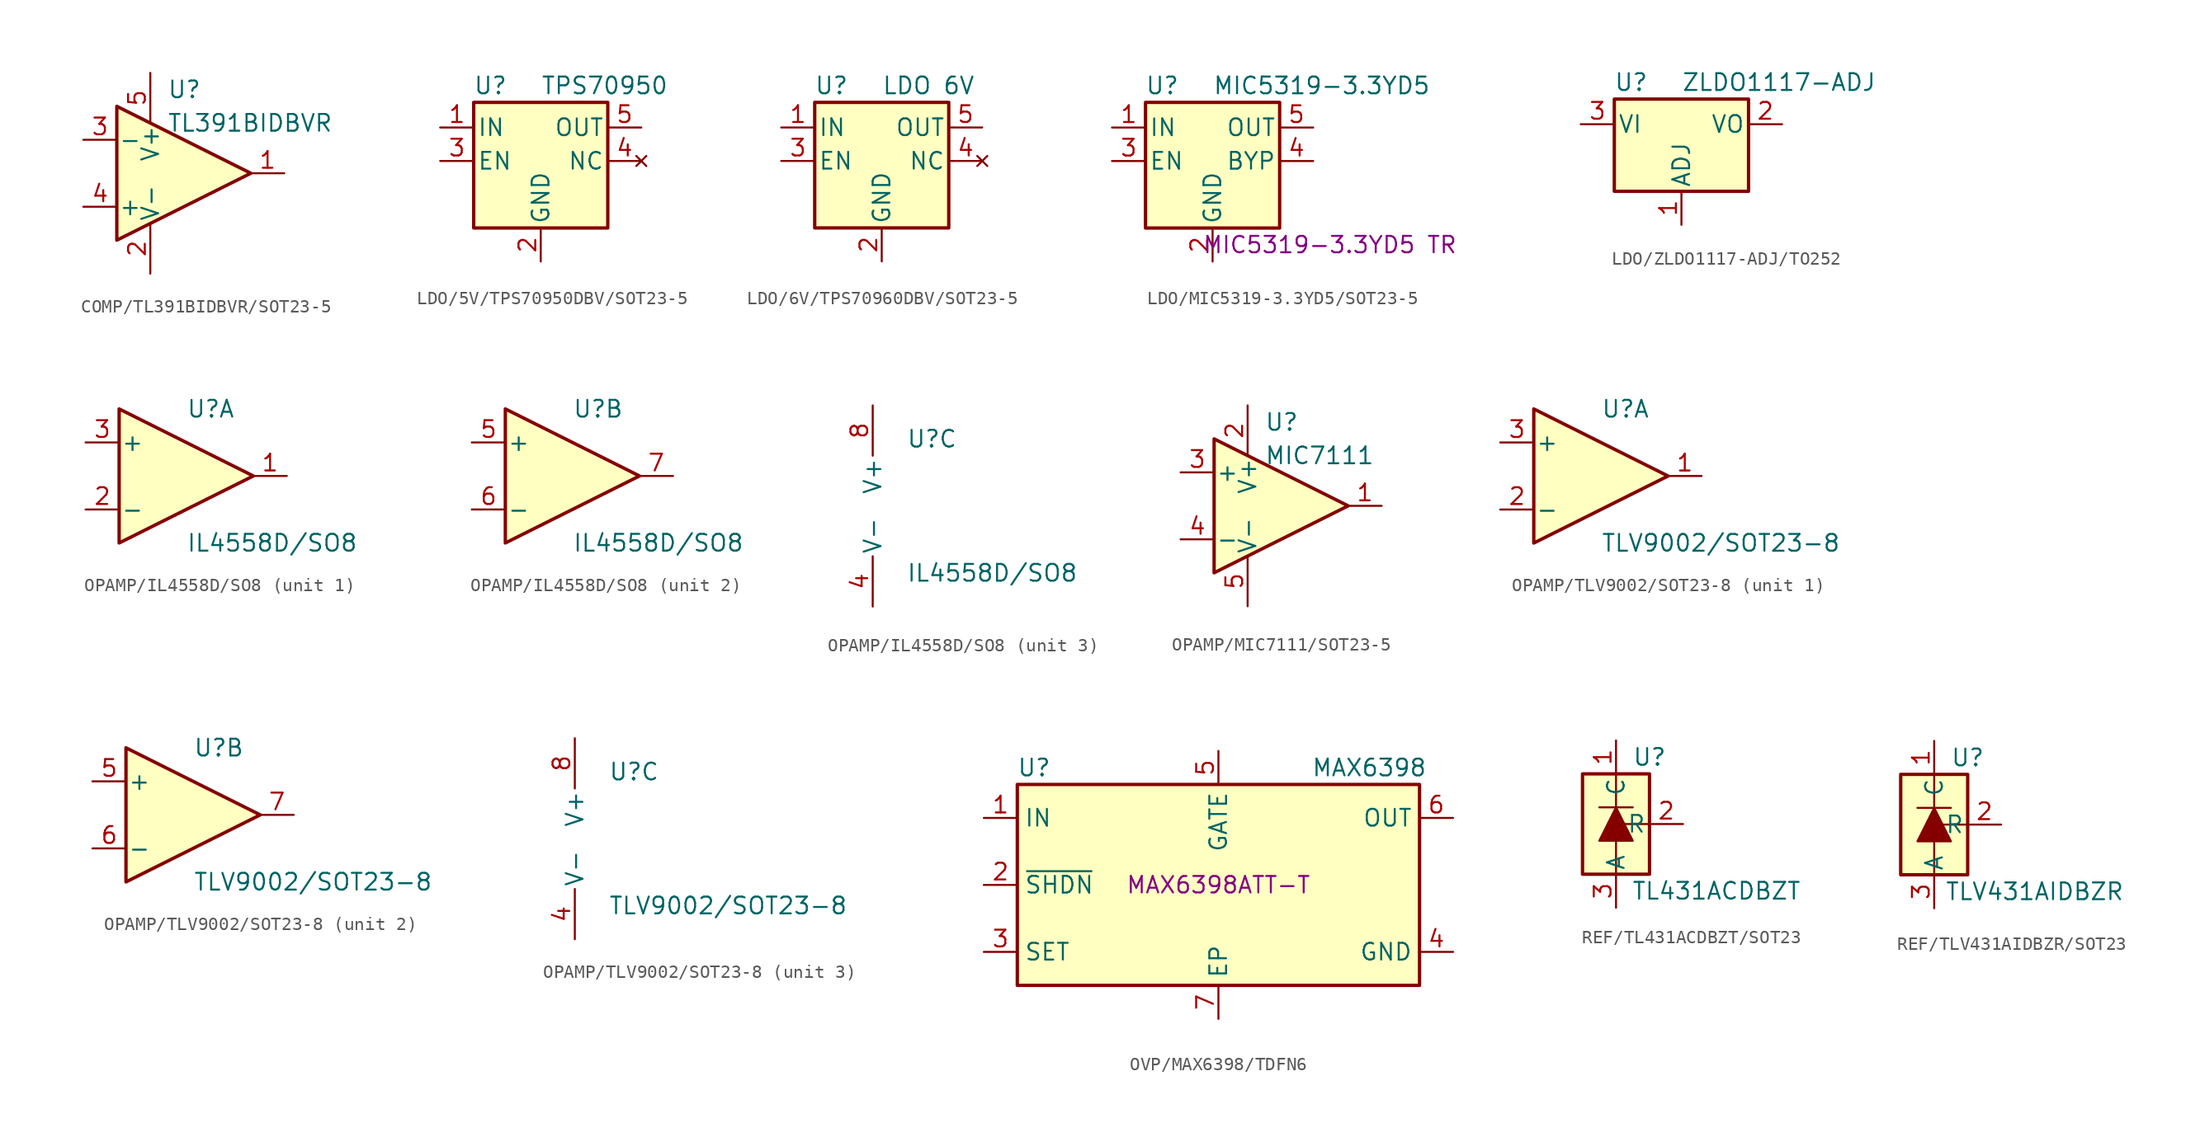
<source format=kicad_sym>
(kicad_symbol_lib
  (version 20220914)
  (generator kicad_symbol_editor)
  (symbol "COMP/TL391BIDBVR/SOT23-5"
    (pin_names
      (offset 0.127))
    (property "Reference" "U"
      (at -1.27 6.35 0)
      (effects (font (size 1.27 1.27)) (justify left)))
    (property "Value" "TL391BIDBVR"
      (at -1.27 3.81 0)
      (effects (font (size 1.27 1.27)) (justify left)))
    (symbol "COMP/TL391BIDBVR/SOT23-5_0_1"
      (polyline (pts (xy -5.08 5.08) (xy 5.08 0) (xy -5.08 -5.08) (xy -5.08 5.08)) (stroke (width 0.254) (type default)) (fill (type background))))
    (symbol "COMP/TL391BIDBVR/SOT23-5_1_1"
      (pin output line (at 7.62 0 180) (length 2.54) (name "~" (effects (font (size 1.27 1.27)))) (number "1" (effects (font (size 1.27 1.27)))))
      (pin free line (at -2.54 -7.62 90) (length 3.81) (name "V-" (effects (font (size 1.27 1.27)))) (number "2" (effects (font (size 1.27 1.27)))))
      (pin input line (at -7.62 2.54 0) (length 2.54) (name "-" (effects (font (size 1.27 1.27)))) (number "3" (effects (font (size 1.27 1.27)))))
      (pin input line (at -7.62 -2.54 0) (length 2.54) (name "+" (effects (font (size 1.27 1.27)))) (number "4" (effects (font (size 1.27 1.27)))))
      (pin free line (at -2.54 7.62 270) (length 3.81) (name "V+" (effects (font (size 1.27 1.27)))) (number "5" (effects (font (size 1.27 1.27)))))))
  (symbol "LDO/5V/TPS70950DBV/SOT23-5"
    (pin_names
      (offset 0.254))
    (property "Reference" "U"
      (at -3.81 5.715 0)
      (effects (font (size 1.27 1.27))))
    (property "Value" "TPS70950"
      (at 0 5.715 0)
      (effects (font (size 1.27 1.27)) (justify left)))
    (symbol "LDO/5V/TPS70950DBV/SOT23-5_0_1"
      (rectangle (start -5.08 4.445) (end 5.08 -5.08) (stroke (width 0.254) (type default)) (fill (type background))))
    (symbol "LDO/5V/TPS70950DBV/SOT23-5_1_1"
      (pin power_in line (at -7.62 2.54 0) (length 2.54) (name "IN" (effects (font (size 1.27 1.27)))) (number "1" (effects (font (size 1.27 1.27)))))
      (pin power_in line (at 0 -7.62 90) (length 2.54) (name "GND" (effects (font (size 1.27 1.27)))) (number "2" (effects (font (size 1.27 1.27)))))
      (pin input line (at -7.62 0 0) (length 2.54) (name "EN" (effects (font (size 1.27 1.27)))) (number "3" (effects (font (size 1.27 1.27)))))
      (pin no_connect line (at 7.62 0 180) (length 2.54) (name "NC" (effects (font (size 1.27 1.27)))) (number "4" (effects (font (size 1.27 1.27)))))
      (pin power_out line (at 7.62 2.54 180) (length 2.54) (name "OUT" (effects (font (size 1.27 1.27)))) (number "5" (effects (font (size 1.27 1.27)))))))
  (symbol "LDO/6V/TPS70960DBV/SOT23-5"
    (pin_names
      (offset 0.254))
    (property "Reference" "U"
      (at -3.81 5.715 0)
      (effects (font (size 1.27 1.27))))
    (property "Value" "LDO 6V"
      (at 0 5.715 0)
      (effects (font (size 1.27 1.27)) (justify left)))
    (symbol "LDO/6V/TPS70960DBV/SOT23-5_0_1"
      (rectangle (start -5.08 4.445) (end 5.08 -5.08) (stroke (width 0.254) (type default)) (fill (type background))))
    (symbol "LDO/6V/TPS70960DBV/SOT23-5_1_1"
      (pin power_in line (at -7.62 2.54 0) (length 2.54) (name "IN" (effects (font (size 1.27 1.27)))) (number "1" (effects (font (size 1.27 1.27)))))
      (pin power_in line (at 0 -7.62 90) (length 2.54) (name "GND" (effects (font (size 1.27 1.27)))) (number "2" (effects (font (size 1.27 1.27)))))
      (pin input line (at -7.62 0 0) (length 2.54) (name "EN" (effects (font (size 1.27 1.27)))) (number "3" (effects (font (size 1.27 1.27)))))
      (pin no_connect line (at 7.62 0 180) (length 2.54) (name "NC" (effects (font (size 1.27 1.27)))) (number "4" (effects (font (size 1.27 1.27)))))
      (pin power_out line (at 7.62 2.54 180) (length 2.54) (name "OUT" (effects (font (size 1.27 1.27)))) (number "5" (effects (font (size 1.27 1.27)))))))
  (symbol "LDO/MIC5319-3.3YD5/SOT23-5"
    (pin_names
      (offset 0.254))
    (property "Reference" "U"
      (at -3.81 5.715 0)
      (effects (font (size 1.27 1.27))))
    (property "Value" "MIC5319-3.3YD5"
      (at 0 5.715 0)
      (effects (font (size 1.27 1.27)) (justify left)))
    (property "PART NUMBER" "MIC5319-3.3YD5 TR"
      (at 8.89 -6.35 0)
      (effects (font (size 1.245 1.245))))
    (symbol "LDO/MIC5319-3.3YD5/SOT23-5_0_1"
      (rectangle (start -5.08 4.445) (end 5.08 -5.08) (stroke (width 0.254) (type default)) (fill (type background))))
    (symbol "LDO/MIC5319-3.3YD5/SOT23-5_1_1"
      (pin power_in line (at -7.62 2.54 0) (length 2.54) (name "IN" (effects (font (size 1.27 1.27)))) (number "1" (effects (font (size 1.27 1.27)))))
      (pin power_in line (at 0 -7.62 90) (length 2.54) (name "GND" (effects (font (size 1.27 1.27)))) (number "2" (effects (font (size 1.27 1.27)))))
      (pin input line (at -7.62 0 0) (length 2.54) (name "EN" (effects (font (size 1.27 1.27)))) (number "3" (effects (font (size 1.27 1.27)))))
      (pin input line (at 7.62 0 180) (length 2.54) (name "BYP" (effects (font (size 1.27 1.27)))) (number "4" (effects (font (size 1.27 1.27)))))
      (pin power_out line (at 7.62 2.54 180) (length 2.54) (name "OUT" (effects (font (size 1.27 1.27)))) (number "5" (effects (font (size 1.27 1.27)))))))
  (symbol "LDO/ZLDO1117-ADJ/TO252"
    (pin_names
      (offset 0.254))
    (property "Reference" "U"
      (at -3.81 3.175 0)
      (effects (font (size 1.27 1.27))))
    (property "Value" "ZLDO1117-ADJ"
      (at 0 3.175 0)
      (effects (font (size 1.27 1.27)) (justify left)))
    (symbol "LDO/ZLDO1117-ADJ/TO252_0_1"
      (rectangle (start -5.08 1.905) (end 5.08 -5.08) (stroke (width 0.254) (type default)) (fill (type background))))
    (symbol "LDO/ZLDO1117-ADJ/TO252_1_1"
      (pin input line (at 0 -7.62 90) (length 2.54) (name "ADJ" (effects (font (size 1.27 1.27)))) (number "1" (effects (font (size 1.27 1.27)))))
      (pin power_out line (at 7.62 0 180) (length 2.54) (name "VO" (effects (font (size 1.27 1.27)))) (number "2" (effects (font (size 1.27 1.27)))))
      (pin power_in line (at -7.62 0 0) (length 2.54) (name "VI" (effects (font (size 1.27 1.27)))) (number "3" (effects (font (size 1.27 1.27)))))))
  (symbol "OPAMP/IL4558D/SO8"
    (pin_names
      (offset 0.127))
    (property "Reference" "U"
      (at 0 5.08 0)
      (effects (font (size 1.27 1.27)) (justify left)))
    (property "Value" "IL4558D/SO8"
      (at 0 -5.08 0)
      (effects (font (size 1.27 1.27)) (justify left)))
    (property "ki_locked" ""
      (at 0 0 0)
      (effects (font (size 1.27 1.27))))
    (symbol "OPAMP/IL4558D/SO8_1_1"
      (polyline (pts (xy -5.08 5.08) (xy 5.08 0) (xy -5.08 -5.08) (xy -5.08 5.08)) (stroke (width 0.254) (type default)) (fill (type background)))
      (pin output line (at 7.62 0 180) (length 2.54) (name "~" (effects (font (size 1.27 1.27)))) (number "1" (effects (font (size 1.27 1.27)))))
      (pin input line (at -7.62 -2.54 0) (length 2.54) (name "-" (effects (font (size 1.27 1.27)))) (number "2" (effects (font (size 1.27 1.27)))))
      (pin input line (at -7.62 2.54 0) (length 2.54) (name "+" (effects (font (size 1.27 1.27)))) (number "3" (effects (font (size 1.27 1.27))))))
    (symbol "OPAMP/IL4558D/SO8_2_1"
      (polyline (pts (xy -5.08 5.08) (xy 5.08 0) (xy -5.08 -5.08) (xy -5.08 5.08)) (stroke (width 0.254) (type default)) (fill (type background)))
      (pin input line (at -7.62 2.54 0) (length 2.54) (name "+" (effects (font (size 1.27 1.27)))) (number "5" (effects (font (size 1.27 1.27)))))
      (pin input line (at -7.62 -2.54 0) (length 2.54) (name "-" (effects (font (size 1.27 1.27)))) (number "6" (effects (font (size 1.27 1.27)))))
      (pin output line (at 7.62 0 180) (length 2.54) (name "~" (effects (font (size 1.27 1.27)))) (number "7" (effects (font (size 1.27 1.27))))))
    (symbol "OPAMP/IL4558D/SO8_3_1"
      (pin power_in line (at -2.54 -7.62 90) (length 3.81) (name "V-" (effects (font (size 1.27 1.27)))) (number "4" (effects (font (size 1.27 1.27)))))
      (pin power_in line (at -2.54 7.62 270) (length 3.81) (name "V+" (effects (font (size 1.27 1.27)))) (number "8" (effects (font (size 1.27 1.27)))))))
  (symbol "OPAMP/MIC7111/SOT23-5"
    (pin_names
      (offset 0.127))
    (property "Reference" "U"
      (at -1.27 6.35 0)
      (effects (font (size 1.27 1.27)) (justify left)))
    (property "Value" "MIC7111"
      (at -1.27 3.81 0)
      (effects (font (size 1.27 1.27)) (justify left)))
    (symbol "OPAMP/MIC7111/SOT23-5_0_1"
      (polyline (pts (xy -5.08 5.08) (xy 5.08 0) (xy -5.08 -5.08) (xy -5.08 5.08)) (stroke (width 0.254) (type default)) (fill (type background))))
    (symbol "OPAMP/MIC7111/SOT23-5_1_1"
      (pin output line (at 7.62 0 180) (length 2.54) (name "~" (effects (font (size 1.27 1.27)))) (number "1" (effects (font (size 1.27 1.27)))))
      (pin power_in line (at -2.54 7.62 270) (length 3.81) (name "V+" (effects (font (size 1.27 1.27)))) (number "2" (effects (font (size 1.27 1.27)))))
      (pin input line (at -7.62 2.54 0) (length 2.54) (name "+" (effects (font (size 1.27 1.27)))) (number "3" (effects (font (size 1.27 1.27)))))
      (pin input line (at -7.62 -2.54 0) (length 2.54) (name "-" (effects (font (size 1.27 1.27)))) (number "4" (effects (font (size 1.27 1.27)))))
      (pin power_in line (at -2.54 -7.62 90) (length 3.81) (name "V-" (effects (font (size 1.27 1.27)))) (number "5" (effects (font (size 1.27 1.27)))))))
  (symbol "OPAMP/TLV9002/SOT23-8"
    (pin_names
      (offset 0.127))
    (property "Reference" "U"
      (at 0 5.08 0)
      (effects (font (size 1.27 1.27)) (justify left)))
    (property "Value" "TLV9002/SOT23-8"
      (at 0 -5.08 0)
      (effects (font (size 1.27 1.27)) (justify left)))
    (property "ki_locked" ""
      (at 0 0 0)
      (effects (font (size 1.27 1.27))))
    (symbol "OPAMP/TLV9002/SOT23-8_1_1"
      (polyline (pts (xy -5.08 5.08) (xy 5.08 0) (xy -5.08 -5.08) (xy -5.08 5.08)) (stroke (width 0.254) (type default)) (fill (type background)))
      (pin output line (at 7.62 0 180) (length 2.54) (name "~" (effects (font (size 1.27 1.27)))) (number "1" (effects (font (size 1.27 1.27)))))
      (pin input line (at -7.62 -2.54 0) (length 2.54) (name "-" (effects (font (size 1.27 1.27)))) (number "2" (effects (font (size 1.27 1.27)))))
      (pin input line (at -7.62 2.54 0) (length 2.54) (name "+" (effects (font (size 1.27 1.27)))) (number "3" (effects (font (size 1.27 1.27))))))
    (symbol "OPAMP/TLV9002/SOT23-8_2_1"
      (polyline (pts (xy -5.08 5.08) (xy 5.08 0) (xy -5.08 -5.08) (xy -5.08 5.08)) (stroke (width 0.254) (type default)) (fill (type background)))
      (pin input line (at -7.62 2.54 0) (length 2.54) (name "+" (effects (font (size 1.27 1.27)))) (number "5" (effects (font (size 1.27 1.27)))))
      (pin input line (at -7.62 -2.54 0) (length 2.54) (name "-" (effects (font (size 1.27 1.27)))) (number "6" (effects (font (size 1.27 1.27)))))
      (pin output line (at 7.62 0 180) (length 2.54) (name "~" (effects (font (size 1.27 1.27)))) (number "7" (effects (font (size 1.27 1.27))))))
    (symbol "OPAMP/TLV9002/SOT23-8_3_1"
      (pin free line (at -2.54 -7.62 90) (length 3.81) (name "V-" (effects (font (size 1.27 1.27)))) (number "4" (effects (font (size 1.27 1.27)))))
      (pin free line (at -2.54 7.62 270) (length 3.81) (name "V+" (effects (font (size 1.27 1.27)))) (number "8" (effects (font (size 1.27 1.27)))))))
  (symbol "OVP/MAX6398/TDFN6"
    (property "Reference" "U"
      (at -13.97 8.89 0)
      (effects (font (size 1.27 1.27))))
    (property "Value" "MAX6398"
      (at 11.43 8.89 0)
      (effects (font (size 1.27 1.27))))
    (property "PART NUMBER" "MAX6398ATT-T"
      (at 0 0 0)
      (effects (font (size 1.245 1.245))))
    (symbol "OVP/MAX6398/TDFN6_0_1"
      (rectangle (start -15.24 7.62) (end 15.24 -7.62) (stroke (width 0.254) (type default)) (fill (type background))))
    (symbol "OVP/MAX6398/TDFN6_1_1"
      (pin free line (at -17.78 5.08 0) (length 2.54) (name "IN" (effects (font (size 1.27 1.27)))) (number "1" (effects (font (size 1.27 1.27)))))
      (pin input line (at -17.78 0 0) (length 2.54) (name "~{SHDN}" (effects (font (size 1.27 1.27)))) (number "2" (effects (font (size 1.27 1.27)))))
      (pin input line (at -17.78 -5.08 0) (length 2.54) (name "SET" (effects (font (size 1.27 1.27)))) (number "3" (effects (font (size 1.27 1.27)))))
      (pin free line (at 17.78 -5.08 180) (length 2.54) (name "GND" (effects (font (size 1.27 1.27)))) (number "4" (effects (font (size 1.27 1.27)))))
      (pin output line (at 0 10.16 270) (length 2.54) (name "GATE" (effects (font (size 1.27 1.27)))) (number "5" (effects (font (size 1.27 1.27)))))
      (pin passive line (at 17.78 5.08 180) (length 2.54) (name "OUT" (effects (font (size 1.27 1.27)))) (number "6" (effects (font (size 1.27 1.27)))))
      (pin passive line (at 0 -10.16 90) (length 2.54) (name "EP" (effects (font (size 1.27 1.27)))) (number "7" (effects (font (size 1.27 1.27)))))))
  (symbol "REF/TL431ACDBZT/SOT23"
    (pin_names
      (offset 0.254))
    (property "Reference" "U"
      (at 2.54 3.81 0)
      (effects (font (size 1.27 1.27))))
    (property "Value" "TL431ACDBZT"
      (at 7.62 -6.35 0)
      (effects (font (size 1.27 1.27))))
    (symbol "REF/TL431ACDBZT/SOT23_0_1"
      (rectangle (start -2.54 2.54) (end 2.54 -5.08) (stroke (width 0.254) (type default)) (fill (type background))))
    (symbol "REF/TL431ACDBZT/SOT23_1_1"
      (polyline (pts (xy -1.27 0) (xy 1.27 0)) (stroke (width 0) (type default)) (fill (type none)))
      (polyline (pts (xy 0 2.54) (xy 0 -5.08)) (stroke (width 0) (type default)) (fill (type none)))
      (polyline (pts (xy 2.54 -1.27) (xy 0 -1.27)) (stroke (width 0) (type default)) (fill (type none)))
      (polyline (pts (xy 0 0) (xy -1.27 -2.54) (xy 1.27 -2.54) (xy 0 0)) (stroke (width 0) (type default)) (fill (type outline)))
      (pin power_in line (at 0 5.08 270) (length 2.54) (name "C" (effects (font (size 1.27 1.27)))) (number "1" (effects (font (size 1.27 1.27)))))
      (pin power_out line (at 5.08 -1.27 180) (length 2.54) (name "R" (effects (font (size 1.27 1.27)))) (number "2" (effects (font (size 1.27 1.27)))))
      (pin free line (at 0 -7.62 90) (length 2.54) (name "A" (effects (font (size 1.27 1.27)))) (number "3" (effects (font (size 1.27 1.27)))))))
  (symbol "REF/TLV431AIDBZR/SOT23"
    (pin_names
      (offset 0.254))
    (property "Reference" "U"
      (at 2.54 3.81 0)
      (effects (font (size 1.27 1.27))))
    (property "Value" "TLV431AIDBZR"
      (at 7.62 -6.35 0)
      (effects (font (size 1.27 1.27))))
    (symbol "REF/TLV431AIDBZR/SOT23_0_1"
      (rectangle (start -2.54 2.54) (end 2.54 -5.08) (stroke (width 0.254) (type default)) (fill (type background))))
    (symbol "REF/TLV431AIDBZR/SOT23_1_1"
      (polyline (pts (xy -1.27 0) (xy 1.27 0)) (stroke (width 0) (type default)) (fill (type none)))
      (polyline (pts (xy 0 2.54) (xy 0 -5.08)) (stroke (width 0) (type default)) (fill (type none)))
      (polyline (pts (xy 2.54 -1.27) (xy 0 -1.27)) (stroke (width 0) (type default)) (fill (type none)))
      (polyline (pts (xy 0 0) (xy -1.27 -2.54) (xy 1.27 -2.54) (xy 0 0)) (stroke (width 0) (type default)) (fill (type outline)))
      (pin input line (at 0 5.08 270) (length 2.54) (name "C" (effects (font (size 1.27 1.27)))) (number "1" (effects (font (size 1.27 1.27)))))
      (pin output line (at 5.08 -1.27 180) (length 2.54) (name "R" (effects (font (size 1.27 1.27)))) (number "2" (effects (font (size 1.27 1.27)))))
      (pin passive line (at 0 -7.62 90) (length 2.54) (name "A" (effects (font (size 1.27 1.27)))) (number "3" (effects (font (size 1.27 1.27))))))))
</source>
